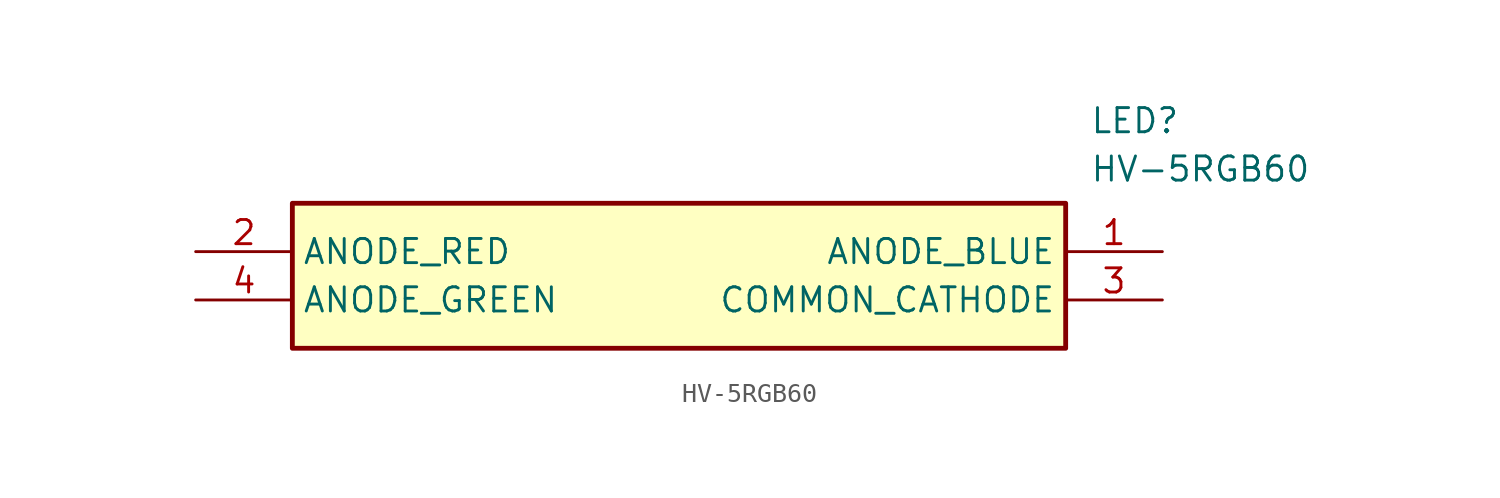
<source format=kicad_sym>
(kicad_symbol_lib
  (version 20220914)
  (generator kicad_symbol_editor)
  (symbol "HV-5RGB60"
    (property "Reference" "LED"
      (at 46.99 7.62 0)
      (effects (font (size 1.27 1.27)) (justify left top)))
    (property "Value" "HV-5RGB60"
      (at 46.99 5.08 0)
      (effects (font (size 1.27 1.27)) (justify left top)))
    (symbol "HV-5RGB60_1_1"
      (rectangle (start 5.08 2.54) (end 45.72 -5.08) (stroke (width 0.254) (type default)) (fill (type background)))
      (pin passive line (at 50.8 0 180) (length 5.08) (name "ANODE_BLUE" (effects (font (size 1.27 1.27)))) (number "1" (effects (font (size 1.27 1.27)))))
      (pin passive line (at 0 0 0) (length 5.08) (name "ANODE_RED" (effects (font (size 1.27 1.27)))) (number "2" (effects (font (size 1.27 1.27)))))
      (pin passive line (at 50.8 -2.54 180) (length 5.08) (name "COMMON_CATHODE" (effects (font (size 1.27 1.27)))) (number "3" (effects (font (size 1.27 1.27)))))
      (pin passive line (at 0 -2.54 0) (length 5.08) (name "ANODE_GREEN" (effects (font (size 1.27 1.27)))) (number "4" (effects (font (size 1.27 1.27))))))))
</source>
